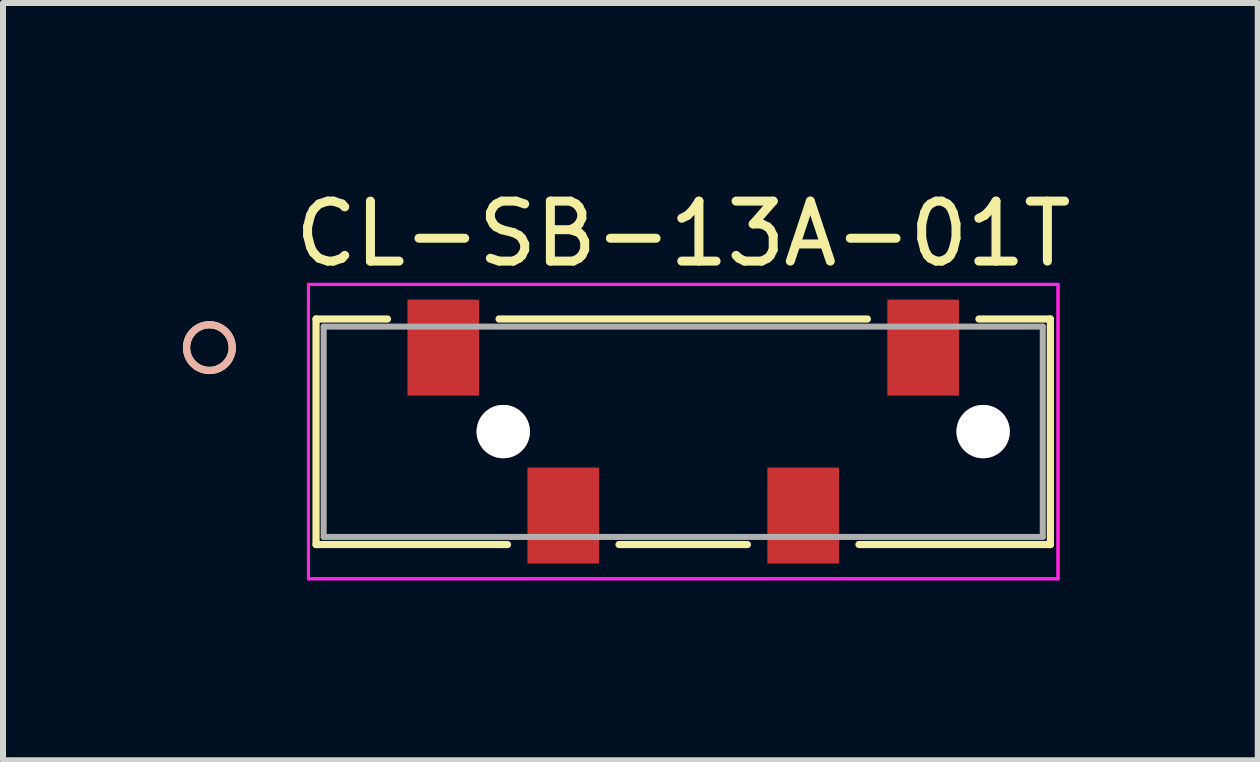
<source format=kicad_pcb>
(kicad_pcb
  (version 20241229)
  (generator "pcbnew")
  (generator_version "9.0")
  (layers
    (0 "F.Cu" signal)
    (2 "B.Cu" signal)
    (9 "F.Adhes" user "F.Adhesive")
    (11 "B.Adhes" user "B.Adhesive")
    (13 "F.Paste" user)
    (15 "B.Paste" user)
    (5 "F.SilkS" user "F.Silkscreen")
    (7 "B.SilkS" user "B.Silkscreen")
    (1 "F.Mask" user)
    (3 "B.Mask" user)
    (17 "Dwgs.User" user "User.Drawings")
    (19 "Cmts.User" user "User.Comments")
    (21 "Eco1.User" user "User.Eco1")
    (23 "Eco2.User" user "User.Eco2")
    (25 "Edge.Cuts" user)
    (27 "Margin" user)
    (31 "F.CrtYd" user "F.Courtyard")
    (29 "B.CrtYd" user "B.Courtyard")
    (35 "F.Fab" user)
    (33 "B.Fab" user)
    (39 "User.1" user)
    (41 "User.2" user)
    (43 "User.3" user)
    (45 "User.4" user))
  (footprint "CL-SB-13A-01T"
    (layer "F.Cu")
    (at 8.34 4.148)
    (property "Reference" "CL-SB-13A-01T" (at 0 -3.3 0) (layer "F.SilkS") (effects (font (size 1 1) (thickness 0.15))))
    (attr through_hole)
    (fp_line (start -6.121 -1.88) (end -6.121 1.88) (stroke (width 0.12) (type solid)) (layer "F.SilkS"))
    (fp_line (start -6.121 1.88) (end -2.93 1.88) (stroke (width 0.12) (type solid)) (layer "F.SilkS"))
    (fp_line (start -4.93 -1.88) (end -6.121 -1.88) (stroke (width 0.12) (type solid)) (layer "F.SilkS"))
    (fp_line (start -1.07 1.88) (end 1.07 1.88) (stroke (width 0.12) (type solid)) (layer "F.SilkS"))
    (fp_line (start 2.93 1.88) (end 6.121 1.88) (stroke (width 0.12) (type solid)) (layer "F.SilkS"))
    (fp_line (start 3.07 -1.88) (end -3.07 -1.88) (stroke (width 0.12) (type solid)) (layer "F.SilkS"))
    (fp_line (start 6.121 -1.88) (end 4.93 -1.88) (stroke (width 0.12) (type solid)) (layer "F.SilkS"))
    (fp_line (start 6.121 1.88) (end 6.121 -1.88) (stroke (width 0.12) (type solid)) (layer "F.SilkS"))
    (fp_circle (center -7.899 -1.403) (end -7.518 -1.403) (stroke (width 0.12) (type solid)) (fill no) (layer "F.SilkS"))
    (fp_circle (center -7.899 -1.403) (end -7.518 -1.403) (stroke (width 0.12) (type solid)) (fill no) (layer "B.SilkS"))
    (fp_line (start -6.248 -2.457) (end -6.248 2.451) (stroke (width 0.05) (type solid)) (layer "F.CrtYd"))
    (fp_line (start -6.248 -2.457) (end -6.248 2.451) (stroke (width 0.05) (type solid)) (layer "F.CrtYd"))
    (fp_line (start -6.248 2.451) (end 6.248 2.451) (stroke (width 0.05) (type solid)) (layer "F.CrtYd"))
    (fp_line (start -6.248 2.451) (end 6.248 2.451) (stroke (width 0.05) (type solid)) (layer "F.CrtYd"))
    (fp_line (start 6.248 -2.457) (end -6.248 -2.457) (stroke (width 0.05) (type solid)) (layer "F.CrtYd"))
    (fp_line (start 6.248 -2.457) (end -6.248 -2.457) (stroke (width 0.05) (type solid)) (layer "F.CrtYd"))
    (fp_line (start 6.248 2.451) (end 6.248 -2.457) (stroke (width 0.05) (type solid)) (layer "F.CrtYd"))
    (fp_line (start 6.248 2.451) (end 6.248 -2.457) (stroke (width 0.05) (type solid)) (layer "F.CrtYd"))
    (fp_line (start -5.994 -1.753) (end -5.994 1.753) (stroke (width 0.1) (type solid)) (layer "F.Fab"))
    (fp_line (start -5.994 1.753) (end 5.994 1.753) (stroke (width 0.1) (type solid)) (layer "F.Fab"))
    (fp_line (start 5.994 -1.753) (end -5.994 -1.753) (stroke (width 0.1) (type solid)) (layer "F.Fab"))
    (fp_line (start 5.994 1.753) (end 5.994 -1.753) (stroke (width 0.1) (type solid)) (layer "F.Fab"))
    (pad "1" smd rect (at -4 -1.403) (size 1.194 1.6) (layers "F.Cu" "F.Mask" "F.Paste"))
    (pad "2" smd rect (at -2 1.397) (size 1.194 1.6) (layers "F.Cu" "F.Mask" "F.Paste"))
    (pad "3" smd rect (at 2 1.397) (size 1.194 1.6) (layers "F.Cu" "F.Mask" "F.Paste"))
    (pad "4" smd rect (at 4 -1.403) (size 1.194 1.6) (layers "F.Cu" "F.Mask" "F.Paste"))
    (pad "5" thru_hole circle (at -3 -0.003) (size 0.889 0.889) (drill 0.889) (layers "*.Cu" "*.Mask"))
    (pad "6" thru_hole circle (at 5 -0.003) (size 0.889 0.889) (drill 0.889) (layers "*.Cu" "*.Mask")))
  (gr_rect
    (start -3 -3)
    (end 17.918 9.625)
    (stroke (width 0.1) (type default))
    (fill no)
    (layer "Edge.Cuts")))
</source>
